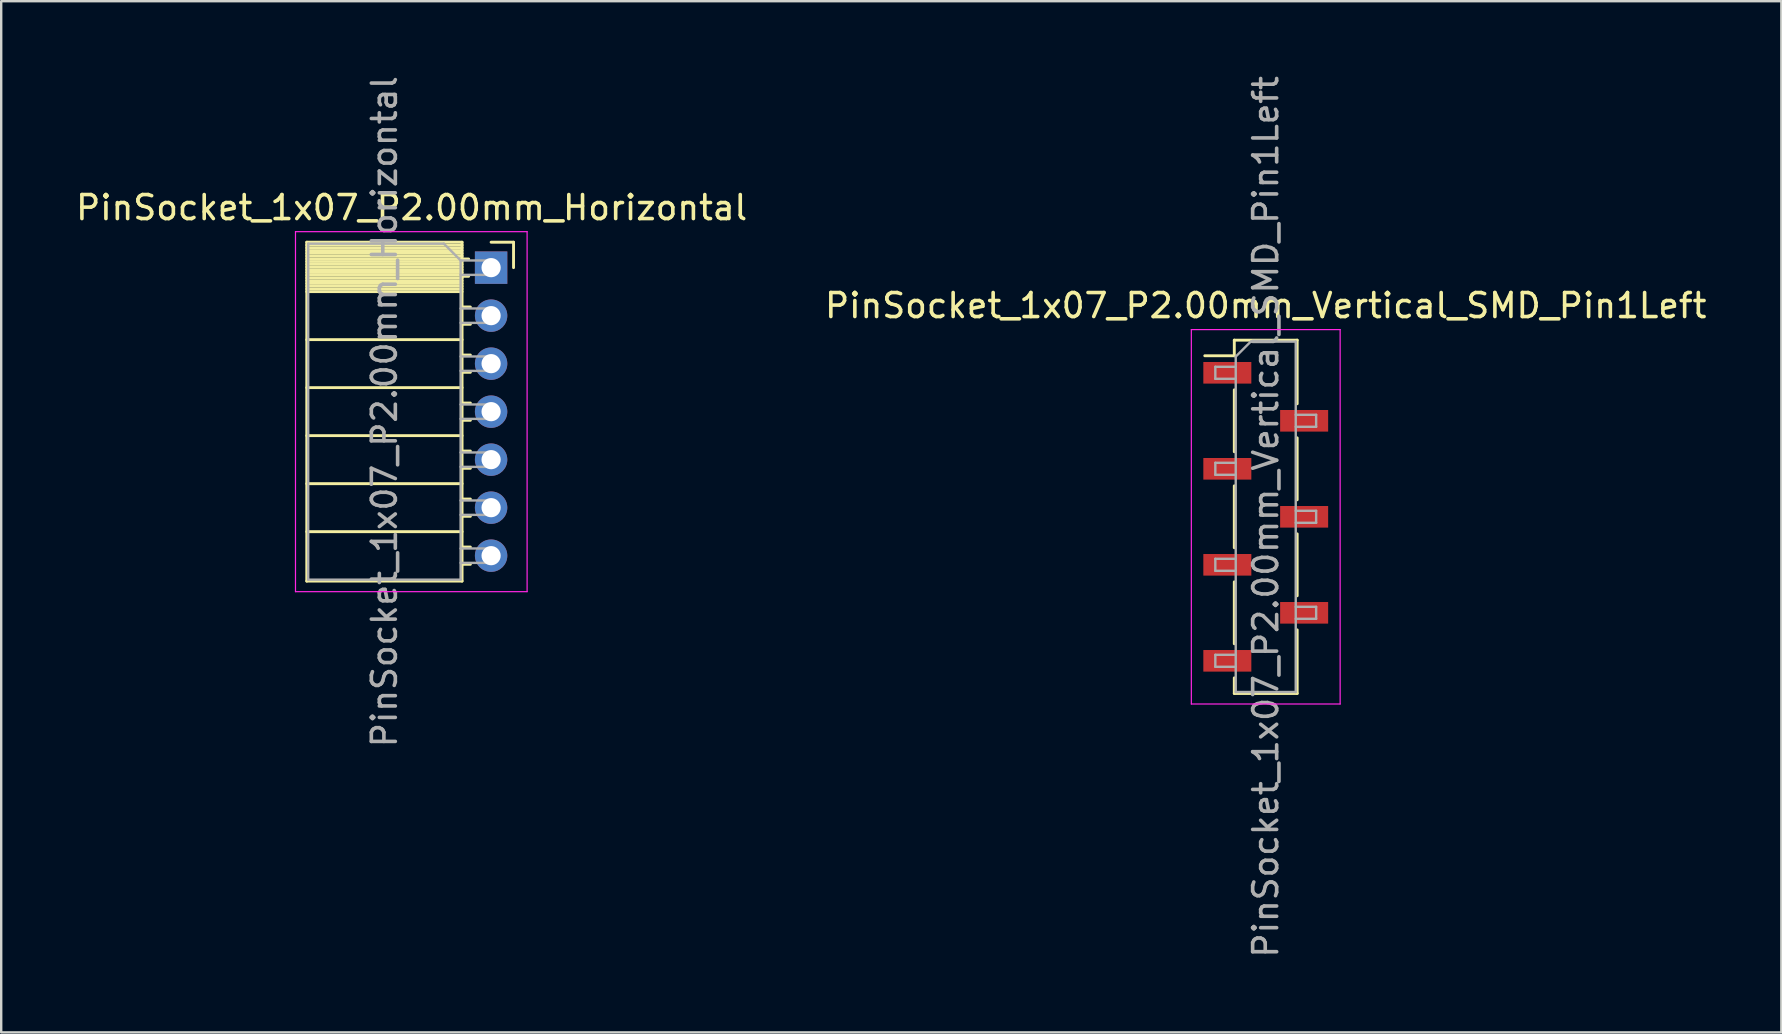
<source format=kicad_pcb>
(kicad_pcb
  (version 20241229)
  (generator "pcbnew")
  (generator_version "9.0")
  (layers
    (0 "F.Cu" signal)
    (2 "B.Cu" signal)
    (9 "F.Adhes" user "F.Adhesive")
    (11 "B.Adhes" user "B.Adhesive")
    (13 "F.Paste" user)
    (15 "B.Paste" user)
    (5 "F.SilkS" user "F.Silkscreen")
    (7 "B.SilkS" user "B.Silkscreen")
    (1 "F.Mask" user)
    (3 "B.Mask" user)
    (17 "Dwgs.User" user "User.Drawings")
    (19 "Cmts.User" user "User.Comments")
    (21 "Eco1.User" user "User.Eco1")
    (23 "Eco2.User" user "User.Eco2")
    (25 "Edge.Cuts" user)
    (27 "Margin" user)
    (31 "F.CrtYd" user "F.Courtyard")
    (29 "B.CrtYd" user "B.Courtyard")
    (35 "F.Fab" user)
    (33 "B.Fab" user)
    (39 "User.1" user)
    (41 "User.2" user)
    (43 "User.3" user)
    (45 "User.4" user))
  (footprint "PinSocket_1x07_P2.00mm_Vertical_SMD_Pin1Left"
    (layer "F.Cu")
    (at 49.685 18.482)
    (property "Reference" "PinSocket_1x07_P2.00mm_Vertical_SMD_Pin1Left" (at 0 -8.8 0) (layer "F.SilkS") (effects (font (size 1 1) (thickness 0.15))))
    (attr smd)
    (fp_line (start -2.54 -6.71) (end -1.31 -6.71) (stroke (width 0.12) (type solid)) (layer "F.SilkS"))
    (fp_line (start -1.31 -7.36) (end -1.31 -6.71) (stroke (width 0.12) (type solid)) (layer "F.SilkS"))
    (fp_line (start -1.31 -7.36) (end 1.31 -7.36) (stroke (width 0.12) (type solid)) (layer "F.SilkS"))
    (fp_line (start -1.31 -5.29) (end -1.31 -2.71) (stroke (width 0.12) (type solid)) (layer "F.SilkS"))
    (fp_line (start -1.31 -1.29) (end -1.31 1.29) (stroke (width 0.12) (type solid)) (layer "F.SilkS"))
    (fp_line (start -1.31 2.71) (end -1.31 5.29) (stroke (width 0.12) (type solid)) (layer "F.SilkS"))
    (fp_line (start -1.31 6.71) (end -1.31 7.36) (stroke (width 0.12) (type solid)) (layer "F.SilkS"))
    (fp_line (start -1.31 7.36) (end 1.31 7.36) (stroke (width 0.12) (type solid)) (layer "F.SilkS"))
    (fp_line (start 1.31 -7.36) (end 1.31 -4.71) (stroke (width 0.12) (type solid)) (layer "F.SilkS"))
    (fp_line (start 1.31 -3.29) (end 1.31 -0.71) (stroke (width 0.12) (type solid)) (layer "F.SilkS"))
    (fp_line (start 1.31 0.71) (end 1.31 3.29) (stroke (width 0.12) (type solid)) (layer "F.SilkS"))
    (fp_line (start 1.31 4.71) (end 1.31 7.36) (stroke (width 0.12) (type solid)) (layer "F.SilkS"))
    (fp_line (start -3.1 -7.8) (end 3.1 -7.8) (stroke (width 0.05) (type solid)) (layer "F.CrtYd"))
    (fp_line (start -3.1 7.8) (end -3.1 -7.8) (stroke (width 0.05) (type solid)) (layer "F.CrtYd"))
    (fp_line (start 3.1 -7.8) (end 3.1 7.8) (stroke (width 0.05) (type solid)) (layer "F.CrtYd"))
    (fp_line (start 3.1 7.8) (end -3.1 7.8) (stroke (width 0.05) (type solid)) (layer "F.CrtYd"))
    (fp_line (start -2.1 -6.25) (end -1.25 -6.25) (stroke (width 0.1) (type solid)) (layer "F.Fab"))
    (fp_line (start -2.1 -5.75) (end -2.1 -6.25) (stroke (width 0.1) (type solid)) (layer "F.Fab"))
    (fp_line (start -2.1 -2.25) (end -1.25 -2.25) (stroke (width 0.1) (type solid)) (layer "F.Fab"))
    (fp_line (start -2.1 -1.75) (end -2.1 -2.25) (stroke (width 0.1) (type solid)) (layer "F.Fab"))
    (fp_line (start -2.1 1.75) (end -1.25 1.75) (stroke (width 0.1) (type solid)) (layer "F.Fab"))
    (fp_line (start -2.1 2.25) (end -2.1 1.75) (stroke (width 0.1) (type solid)) (layer "F.Fab"))
    (fp_line (start -2.1 5.75) (end -1.25 5.75) (stroke (width 0.1) (type solid)) (layer "F.Fab"))
    (fp_line (start -2.1 6.25) (end -2.1 5.75) (stroke (width 0.1) (type solid)) (layer "F.Fab"))
    (fp_line (start -1.25 -6.675) (end -0.625 -7.3) (stroke (width 0.1) (type solid)) (layer "F.Fab"))
    (fp_line (start -1.25 -5.75) (end -2.1 -5.75) (stroke (width 0.1) (type solid)) (layer "F.Fab"))
    (fp_line (start -1.25 -1.75) (end -2.1 -1.75) (stroke (width 0.1) (type solid)) (layer "F.Fab"))
    (fp_line (start -1.25 2.25) (end -2.1 2.25) (stroke (width 0.1) (type solid)) (layer "F.Fab"))
    (fp_line (start -1.25 6.25) (end -2.1 6.25) (stroke (width 0.1) (type solid)) (layer "F.Fab"))
    (fp_line (start -1.25 7.3) (end -1.25 -6.675) (stroke (width 0.1) (type solid)) (layer "F.Fab"))
    (fp_line (start -0.625 -7.3) (end 1.25 -7.3) (stroke (width 0.1) (type solid)) (layer "F.Fab"))
    (fp_line (start 1.25 -7.3) (end 1.25 7.3) (stroke (width 0.1) (type solid)) (layer "F.Fab"))
    (fp_line (start 1.25 -4.25) (end 2.1 -4.25) (stroke (width 0.1) (type solid)) (layer "F.Fab"))
    (fp_line (start 1.25 -0.25) (end 2.1 -0.25) (stroke (width 0.1) (type solid)) (layer "F.Fab"))
    (fp_line (start 1.25 3.75) (end 2.1 3.75) (stroke (width 0.1) (type solid)) (layer "F.Fab"))
    (fp_line (start 1.25 7.3) (end -1.25 7.3) (stroke (width 0.1) (type solid)) (layer "F.Fab"))
    (fp_line (start 2.1 -4.25) (end 2.1 -3.75) (stroke (width 0.1) (type solid)) (layer "F.Fab"))
    (fp_line (start 2.1 -3.75) (end 1.25 -3.75) (stroke (width 0.1) (type solid)) (layer "F.Fab"))
    (fp_line (start 2.1 -0.25) (end 2.1 0.25) (stroke (width 0.1) (type solid)) (layer "F.Fab"))
    (fp_line (start 2.1 0.25) (end 1.25 0.25) (stroke (width 0.1) (type solid)) (layer "F.Fab"))
    (fp_line (start 2.1 3.75) (end 2.1 4.25) (stroke (width 0.1) (type solid)) (layer "F.Fab"))
    (fp_line (start 2.1 4.25) (end 1.25 4.25) (stroke (width 0.1) (type solid)) (layer "F.Fab"))
    (fp_text user "${REFERENCE}" (at 0 0 90) (layer "F.Fab") (effects (font (size 1 1) (thickness 0.15))))
    (pad "1" smd rect (at -1.6 -6) (size 2 0.9) (layers "F.Cu" "F.Mask" "F.Paste"))
    (pad "2" smd rect (at 1.6 -4) (size 2 0.9) (layers "F.Cu" "F.Mask" "F.Paste"))
    (pad "3" smd rect (at -1.6 -2) (size 2 0.9) (layers "F.Cu" "F.Mask" "F.Paste"))
    (pad "4" smd rect (at 1.6 0) (size 2 0.9) (layers "F.Cu" "F.Mask" "F.Paste"))
    (pad "5" smd rect (at -1.6 2) (size 2 0.9) (layers "F.Cu" "F.Mask" "F.Paste"))
    (pad "6" smd rect (at 1.6 4) (size 2 0.9) (layers "F.Cu" "F.Mask" "F.Paste"))
    (pad "7" smd rect (at -1.6 6) (size 2 0.9) (layers "F.Cu" "F.Mask" "F.Paste")))
  (footprint "PinSocket_1x07_P2.00mm_Horizontal"
    (layer "F.Cu")
    (at 17.411 8.101)
    (property "Reference" "PinSocket_1x07_P2.00mm_Horizontal" (at -3.31 -2.5 0) (layer "F.SilkS") (effects (font (size 1 1) (thickness 0.15))))
    (attr through_hole)
    (fp_line (start -7.68 -1.06) (end -7.68 13.06) (stroke (width 0.12) (type solid)) (layer "F.SilkS"))
    (fp_line (start -7.68 -1.06) (end -1.21 -1.06) (stroke (width 0.12) (type solid)) (layer "F.SilkS"))
    (fp_line (start -7.68 -0.94) (end -1.21 -0.94) (stroke (width 0.12) (type solid)) (layer "F.SilkS"))
    (fp_line (start -7.68 -0.826) (end -1.21 -0.826) (stroke (width 0.12) (type solid)) (layer "F.SilkS"))
    (fp_line (start -7.68 -0.712) (end -1.21 -0.712) (stroke (width 0.12) (type solid)) (layer "F.SilkS"))
    (fp_line (start -7.68 -0.598) (end -1.21 -0.598) (stroke (width 0.12) (type solid)) (layer "F.SilkS"))
    (fp_line (start -7.68 -0.484) (end -1.21 -0.484) (stroke (width 0.12) (type solid)) (layer "F.SilkS"))
    (fp_line (start -7.68 -0.369) (end -1.21 -0.369) (stroke (width 0.12) (type solid)) (layer "F.SilkS"))
    (fp_line (start -7.68 -0.255) (end -1.21 -0.255) (stroke (width 0.12) (type solid)) (layer "F.SilkS"))
    (fp_line (start -7.68 -0.141) (end -1.21 -0.141) (stroke (width 0.12) (type solid)) (layer "F.SilkS"))
    (fp_line (start -7.68 -0.027) (end -1.21 -0.027) (stroke (width 0.12) (type solid)) (layer "F.SilkS"))
    (fp_line (start -7.68 0.087) (end -1.21 0.087) (stroke (width 0.12) (type solid)) (layer "F.SilkS"))
    (fp_line (start -7.68 0.201) (end -1.21 0.201) (stroke (width 0.12) (type solid)) (layer "F.SilkS"))
    (fp_line (start -7.68 0.315) (end -1.21 0.315) (stroke (width 0.12) (type solid)) (layer "F.SilkS"))
    (fp_line (start -7.68 0.429) (end -1.21 0.429) (stroke (width 0.12) (type solid)) (layer "F.SilkS"))
    (fp_line (start -7.68 0.544) (end -1.21 0.544) (stroke (width 0.12) (type solid)) (layer "F.SilkS"))
    (fp_line (start -7.68 0.658) (end -1.21 0.658) (stroke (width 0.12) (type solid)) (layer "F.SilkS"))
    (fp_line (start -7.68 0.772) (end -1.21 0.772) (stroke (width 0.12) (type solid)) (layer "F.SilkS"))
    (fp_line (start -7.68 0.886) (end -1.21 0.886) (stroke (width 0.12) (type solid)) (layer "F.SilkS"))
    (fp_line (start -7.68 1) (end -1.21 1) (stroke (width 0.12) (type solid)) (layer "F.SilkS"))
    (fp_line (start -7.68 3) (end -1.21 3) (stroke (width 0.12) (type solid)) (layer "F.SilkS"))
    (fp_line (start -7.68 5) (end -1.21 5) (stroke (width 0.12) (type solid)) (layer "F.SilkS"))
    (fp_line (start -7.68 7) (end -1.21 7) (stroke (width 0.12) (type solid)) (layer "F.SilkS"))
    (fp_line (start -7.68 9) (end -1.21 9) (stroke (width 0.12) (type solid)) (layer "F.SilkS"))
    (fp_line (start -7.68 11) (end -1.21 11) (stroke (width 0.12) (type solid)) (layer "F.SilkS"))
    (fp_line (start -7.68 13.06) (end -1.21 13.06) (stroke (width 0.12) (type solid)) (layer "F.SilkS"))
    (fp_line (start -1.21 -1.06) (end -1.21 13.06) (stroke (width 0.12) (type solid)) (layer "F.SilkS"))
    (fp_line (start -1.21 -0.36) (end -0.935 -0.36) (stroke (width 0.12) (type solid)) (layer "F.SilkS"))
    (fp_line (start -1.21 0.36) (end -0.935 0.36) (stroke (width 0.12) (type solid)) (layer "F.SilkS"))
    (fp_line (start -1.21 1.64) (end -0.863 1.64) (stroke (width 0.12) (type solid)) (layer "F.SilkS"))
    (fp_line (start -1.21 2.36) (end -0.863 2.36) (stroke (width 0.12) (type solid)) (layer "F.SilkS"))
    (fp_line (start -1.21 3.64) (end -0.863 3.64) (stroke (width 0.12) (type solid)) (layer "F.SilkS"))
    (fp_line (start -1.21 4.36) (end -0.863 4.36) (stroke (width 0.12) (type solid)) (layer "F.SilkS"))
    (fp_line (start -1.21 5.64) (end -0.863 5.64) (stroke (width 0.12) (type solid)) (layer "F.SilkS"))
    (fp_line (start -1.21 6.36) (end -0.863 6.36) (stroke (width 0.12) (type solid)) (layer "F.SilkS"))
    (fp_line (start -1.21 7.64) (end -0.863 7.64) (stroke (width 0.12) (type solid)) (layer "F.SilkS"))
    (fp_line (start -1.21 8.36) (end -0.863 8.36) (stroke (width 0.12) (type solid)) (layer "F.SilkS"))
    (fp_line (start -1.21 9.64) (end -0.863 9.64) (stroke (width 0.12) (type solid)) (layer "F.SilkS"))
    (fp_line (start -1.21 10.36) (end -0.863 10.36) (stroke (width 0.12) (type solid)) (layer "F.SilkS"))
    (fp_line (start -1.21 11.64) (end -0.863 11.64) (stroke (width 0.12) (type solid)) (layer "F.SilkS"))
    (fp_line (start -1.21 12.36) (end -0.863 12.36) (stroke (width 0.12) (type solid)) (layer "F.SilkS"))
    (fp_line (start 0 -1.06) (end 0.935 -1.06) (stroke (width 0.12) (type solid)) (layer "F.SilkS"))
    (fp_line (start 0.935 -1.06) (end 0.935 0) (stroke (width 0.12) (type solid)) (layer "F.SilkS"))
    (fp_line (start -8.15 -1.5) (end -8.15 13.5) (stroke (width 0.05) (type solid)) (layer "F.CrtYd"))
    (fp_line (start -8.15 13.5) (end 1.5 13.5) (stroke (width 0.05) (type solid)) (layer "F.CrtYd"))
    (fp_line (start 1.5 -1.5) (end -8.15 -1.5) (stroke (width 0.05) (type solid)) (layer "F.CrtYd"))
    (fp_line (start 1.5 13.5) (end 1.5 -1.5) (stroke (width 0.05) (type solid)) (layer "F.CrtYd"))
    (fp_line (start -7.62 -1) (end -1.97 -1) (stroke (width 0.1) (type solid)) (layer "F.Fab"))
    (fp_line (start -7.62 13) (end -7.62 -1) (stroke (width 0.1) (type solid)) (layer "F.Fab"))
    (fp_line (start -1.97 -1) (end -1.27 -0.3) (stroke (width 0.1) (type solid)) (layer "F.Fab"))
    (fp_line (start -1.27 -0.3) (end -1.27 13) (stroke (width 0.1) (type solid)) (layer "F.Fab"))
    (fp_line (start -1.27 0.3) (end 0 0.3) (stroke (width 0.1) (type solid)) (layer "F.Fab"))
    (fp_line (start -1.27 2.3) (end 0 2.3) (stroke (width 0.1) (type solid)) (layer "F.Fab"))
    (fp_line (start -1.27 4.3) (end 0 4.3) (stroke (width 0.1) (type solid)) (layer "F.Fab"))
    (fp_line (start -1.27 6.3) (end 0 6.3) (stroke (width 0.1) (type solid)) (layer "F.Fab"))
    (fp_line (start -1.27 8.3) (end 0 8.3) (stroke (width 0.1) (type solid)) (layer "F.Fab"))
    (fp_line (start -1.27 10.3) (end 0 10.3) (stroke (width 0.1) (type solid)) (layer "F.Fab"))
    (fp_line (start -1.27 12.3) (end 0 12.3) (stroke (width 0.1) (type solid)) (layer "F.Fab"))
    (fp_line (start -1.27 13) (end -7.62 13) (stroke (width 0.1) (type solid)) (layer "F.Fab"))
    (fp_line (start 0 -0.3) (end -1.27 -0.3) (stroke (width 0.1) (type solid)) (layer "F.Fab"))
    (fp_line (start 0 0.3) (end 0 -0.3) (stroke (width 0.1) (type solid)) (layer "F.Fab"))
    (fp_line (start 0 1.7) (end -1.27 1.7) (stroke (width 0.1) (type solid)) (layer "F.Fab"))
    (fp_line (start 0 2.3) (end 0 1.7) (stroke (width 0.1) (type solid)) (layer "F.Fab"))
    (fp_line (start 0 3.7) (end -1.27 3.7) (stroke (width 0.1) (type solid)) (layer "F.Fab"))
    (fp_line (start 0 4.3) (end 0 3.7) (stroke (width 0.1) (type solid)) (layer "F.Fab"))
    (fp_line (start 0 5.7) (end -1.27 5.7) (stroke (width 0.1) (type solid)) (layer "F.Fab"))
    (fp_line (start 0 6.3) (end 0 5.7) (stroke (width 0.1) (type solid)) (layer "F.Fab"))
    (fp_line (start 0 7.7) (end -1.27 7.7) (stroke (width 0.1) (type solid)) (layer "F.Fab"))
    (fp_line (start 0 8.3) (end 0 7.7) (stroke (width 0.1) (type solid)) (layer "F.Fab"))
    (fp_line (start 0 9.7) (end -1.27 9.7) (stroke (width 0.1) (type solid)) (layer "F.Fab"))
    (fp_line (start 0 10.3) (end 0 9.7) (stroke (width 0.1) (type solid)) (layer "F.Fab"))
    (fp_line (start 0 11.7) (end -1.27 11.7) (stroke (width 0.1) (type solid)) (layer "F.Fab"))
    (fp_line (start 0 12.3) (end 0 11.7) (stroke (width 0.1) (type solid)) (layer "F.Fab"))
    (fp_text user "${REFERENCE}" (at -4.445 6 90) (layer "F.Fab") (effects (font (size 1 1) (thickness 0.15))))
    (pad "1" thru_hole rect (at 0 0) (size 1.35 1.35) (drill 0.8) (layers "*.Cu" "*.Mask"))
    (pad "2" thru_hole oval (at 0 2) (size 1.35 1.35) (drill 0.8) (layers "*.Cu" "*.Mask"))
    (pad "3" thru_hole oval (at 0 4) (size 1.35 1.35) (drill 0.8) (layers "*.Cu" "*.Mask"))
    (pad "4" thru_hole oval (at 0 6) (size 1.35 1.35) (drill 0.8) (layers "*.Cu" "*.Mask"))
    (pad "5" thru_hole oval (at 0 8) (size 1.35 1.35) (drill 0.8) (layers "*.Cu" "*.Mask"))
    (pad "6" thru_hole oval (at 0 10) (size 1.35 1.35) (drill 0.8) (layers "*.Cu" "*.Mask"))
    (pad "7" thru_hole oval (at 0 12) (size 1.35 1.35) (drill 0.8) (layers "*.Cu" "*.Mask")))
  (gr_rect
    (start -3 -3)
    (end 71.167 39.964)
    (stroke (width 0.1) (type default))
    (fill no)
    (layer "Edge.Cuts")))
</source>
